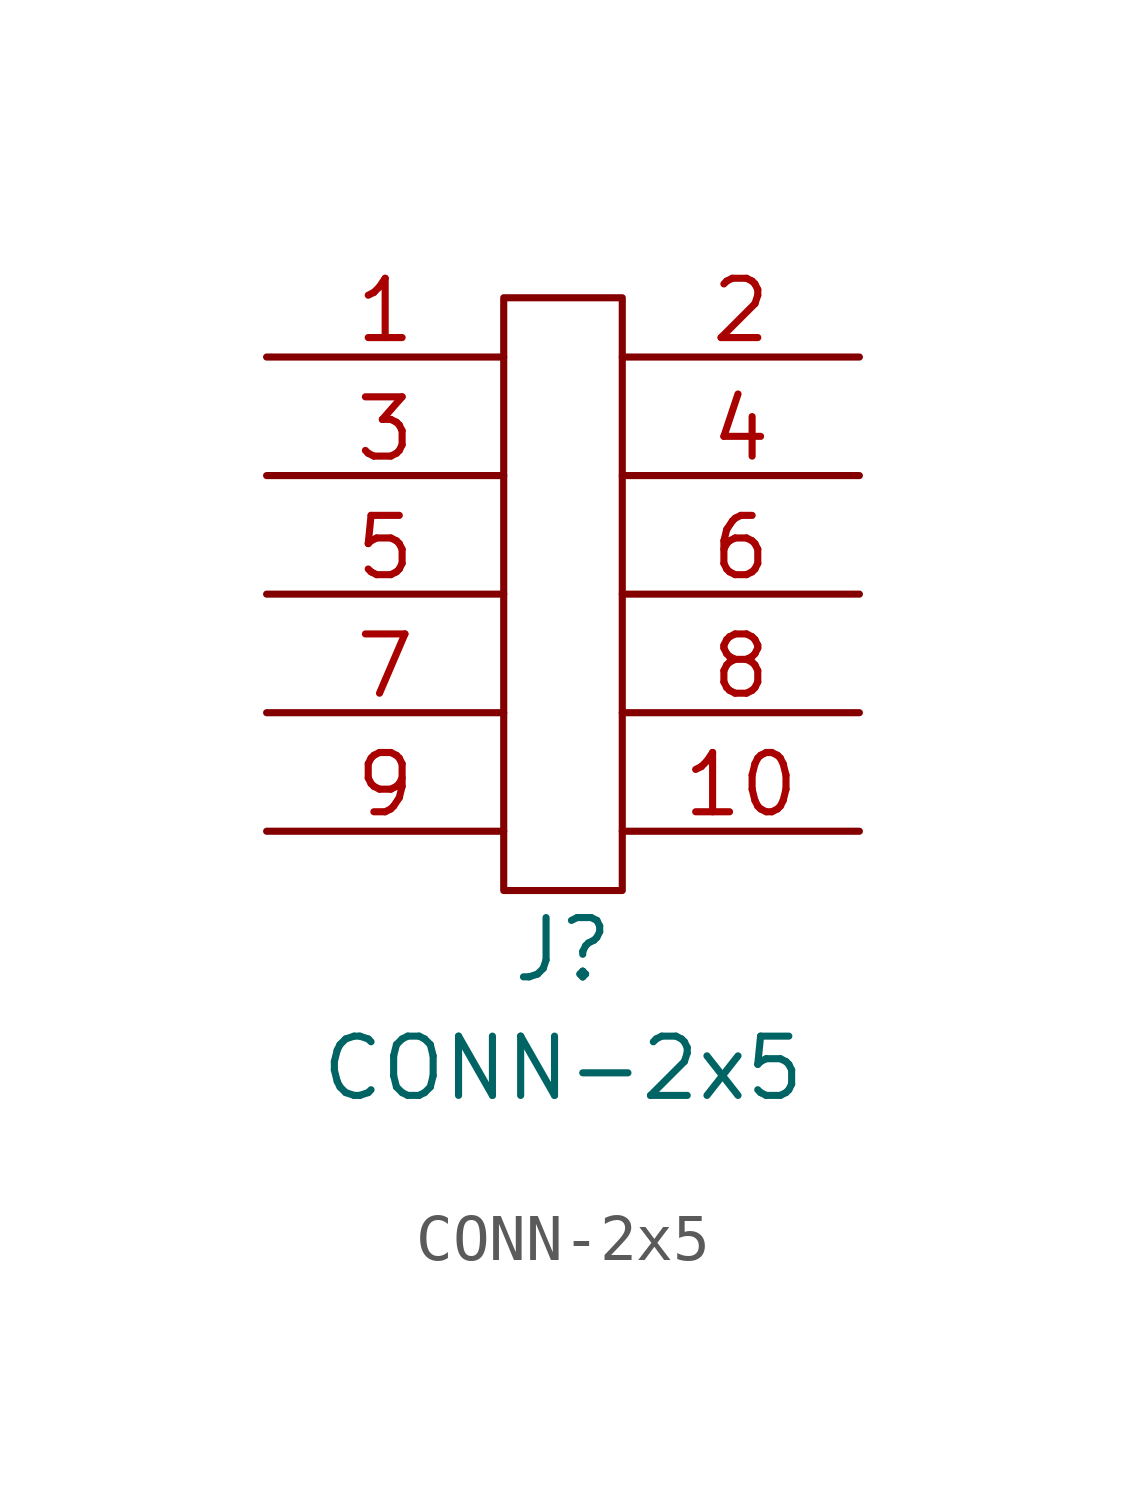
<source format=kicad_sym>
(kicad_symbol_lib
  (version 20211014)
  (generator kicad_symbol_editor)
  (symbol "CONN-2x5"
    (pin_names
      (offset 1.016))
    (property "Reference" "J"
      (at 0 -7.62 0)
      (effects (font (size 1.27 1.27))))
    (property "Value" "CONN-2x5"
      (at 0 -10.16 0)
      (effects (font (size 1.27 1.27))))
    (symbol "CONN-2x5_0_1"
      (rectangle (start -1.27 6.35) (end 1.27 -6.35) (stroke (width 0) (type default) (color 0 0 0 0)) (fill (type none))))
    (symbol "CONN-2x5_1_1"
      (pin passive line (at -6.35 5.08 0) (length 5.08) (name "~" (effects (font (size 1.27 1.27)))) (number "1" (effects (font (size 1.27 1.27)))))
      (pin passive line (at 6.35 -5.08 180) (length 5.08) (name "~" (effects (font (size 1.27 1.27)))) (number "10" (effects (font (size 1.27 1.27)))))
      (pin passive line (at 6.35 5.08 180) (length 5.08) (name "~" (effects (font (size 1.27 1.27)))) (number "2" (effects (font (size 1.27 1.27)))))
      (pin passive line (at -6.35 2.54 0) (length 5.08) (name "~" (effects (font (size 1.27 1.27)))) (number "3" (effects (font (size 1.27 1.27)))))
      (pin passive line (at 6.35 2.54 180) (length 5.08) (name "~" (effects (font (size 1.27 1.27)))) (number "4" (effects (font (size 1.27 1.27)))))
      (pin passive line (at -6.35 0 0) (length 5.08) (name "~" (effects (font (size 1.27 1.27)))) (number "5" (effects (font (size 1.27 1.27)))))
      (pin passive line (at 6.35 0 180) (length 5.08) (name "~" (effects (font (size 1.27 1.27)))) (number "6" (effects (font (size 1.27 1.27)))))
      (pin passive line (at -6.35 -2.54 0) (length 5.08) (name "~" (effects (font (size 1.27 1.27)))) (number "7" (effects (font (size 1.27 1.27)))))
      (pin passive line (at 6.35 -2.54 180) (length 5.08) (name "~" (effects (font (size 1.27 1.27)))) (number "8" (effects (font (size 1.27 1.27)))))
      (pin passive line (at -6.35 -5.08 0) (length 5.08) (name "~" (effects (font (size 1.27 1.27)))) (number "9" (effects (font (size 1.27 1.27))))))))
</source>
